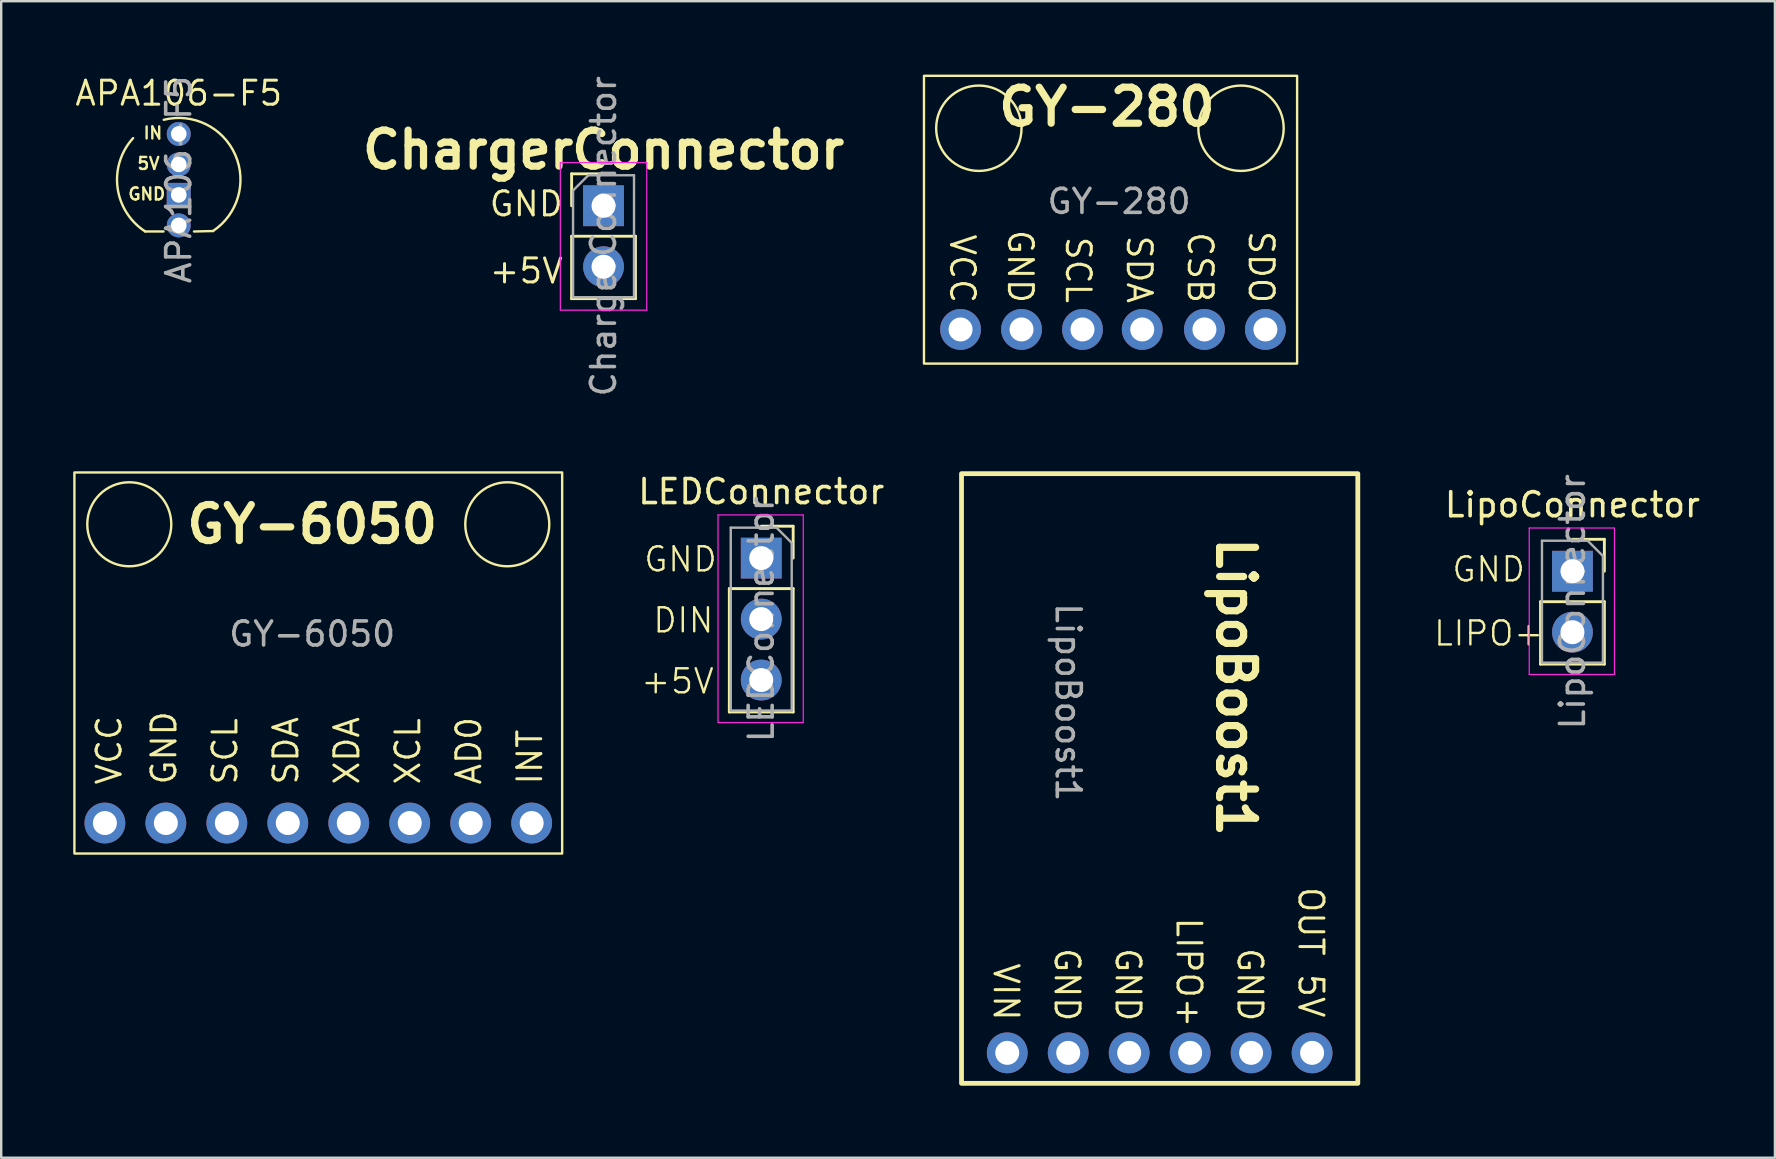
<source format=kicad_pcb>
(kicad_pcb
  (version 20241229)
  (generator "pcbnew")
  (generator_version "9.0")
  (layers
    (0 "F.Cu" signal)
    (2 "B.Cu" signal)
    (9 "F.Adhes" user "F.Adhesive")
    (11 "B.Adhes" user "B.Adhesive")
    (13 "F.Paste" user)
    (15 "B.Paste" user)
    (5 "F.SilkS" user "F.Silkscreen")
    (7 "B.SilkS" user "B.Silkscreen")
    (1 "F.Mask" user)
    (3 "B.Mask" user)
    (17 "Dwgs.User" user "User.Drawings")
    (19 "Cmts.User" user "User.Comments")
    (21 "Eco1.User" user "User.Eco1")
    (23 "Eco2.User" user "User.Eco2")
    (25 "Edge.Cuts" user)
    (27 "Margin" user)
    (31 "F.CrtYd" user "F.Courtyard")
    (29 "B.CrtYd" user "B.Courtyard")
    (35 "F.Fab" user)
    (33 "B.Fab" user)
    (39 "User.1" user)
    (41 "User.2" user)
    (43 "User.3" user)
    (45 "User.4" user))
  (footprint "LEDConnector"
    (layer "F.Cu")
    (at 28.664 20.202)
    (property "Reference" "LEDConnector" (at 0 -2.77 0) (layer "F.SilkS") (effects (font (size 1 1) (thickness 0.15))))
    (attr through_hole)
    (fp_line (start -1.33 1.27) (end -1.33 6.41) (stroke (width 0.12) (type solid)) (layer "F.SilkS"))
    (fp_line (start -1.33 1.27) (end 1.33 1.27) (stroke (width 0.12) (type solid)) (layer "F.SilkS"))
    (fp_line (start -1.33 6.41) (end 1.33 6.41) (stroke (width 0.12) (type solid)) (layer "F.SilkS"))
    (fp_line (start 0 -1.33) (end 1.33 -1.33) (stroke (width 0.12) (type solid)) (layer "F.SilkS"))
    (fp_line (start 1.33 -1.33) (end 1.33 0) (stroke (width 0.12) (type solid)) (layer "F.SilkS"))
    (fp_line (start 1.33 1.27) (end 1.33 6.41) (stroke (width 0.12) (type solid)) (layer "F.SilkS"))
    (fp_line (start -1.8 -1.8) (end 1.75 -1.8) (stroke (width 0.05) (type solid)) (layer "F.CrtYd"))
    (fp_line (start -1.8 6.85) (end -1.8 -1.8) (stroke (width 0.05) (type solid)) (layer "F.CrtYd"))
    (fp_line (start 1.75 -1.8) (end 1.75 6.85) (stroke (width 0.05) (type solid)) (layer "F.CrtYd"))
    (fp_line (start 1.75 6.85) (end -1.8 6.85) (stroke (width 0.05) (type solid)) (layer "F.CrtYd"))
    (fp_line (start -1.27 -1.27) (end 0.635 -1.27) (stroke (width 0.1) (type solid)) (layer "F.Fab"))
    (fp_line (start -1.27 6.35) (end -1.27 -1.27) (stroke (width 0.1) (type solid)) (layer "F.Fab"))
    (fp_line (start 0.635 -1.27) (end 1.27 -0.635) (stroke (width 0.1) (type solid)) (layer "F.Fab"))
    (fp_line (start 1.27 -0.635) (end 1.27 6.35) (stroke (width 0.1) (type solid)) (layer "F.Fab"))
    (fp_line (start 1.27 6.35) (end -1.27 6.35) (stroke (width 0.1) (type solid)) (layer "F.Fab"))
    (fp_text user "GND" (at -4.953 0.635 0) (unlocked yes) (layer "F.SilkS") (effects (font (size 1 1) (thickness 0.1)) (justify left bottom)))
    (fp_text user "+5V" (at -5.08 5.715 0) (unlocked yes) (layer "F.SilkS") (effects (font (size 1 1) (thickness 0.1)) (justify left bottom)))
    (fp_text user "DIN" (at -4.572 3.175 0) (unlocked yes) (layer "F.SilkS") (effects (font (size 1 1) (thickness 0.1)) (justify left bottom)))
    (fp_text user "${REFERENCE}" (at 0 2.54 90) (layer "F.Fab") (effects (font (size 1 1) (thickness 0.15))))
    (pad "1" thru_hole oval (at 0 5.08) (size 1.7 1.7) (drill 1) (layers "*.Cu" "*.Mask"))
    (pad "2" thru_hole oval (at 0 2.54) (size 1.7 1.7) (drill 1) (layers "*.Cu" "*.Mask"))
    (pad "3" thru_hole rect (at 0 0) (size 1.7 1.7) (drill 1) (layers "*.Cu" "*.Mask")))
  (footprint "GY-6050"
    (layer "F.Cu")
    (at 14.02 23.618)
    (property "Reference" "GY-6050" (at -4.064 -4.826 0) (unlocked yes) (layer "F.SilkS") (effects (font (size 1.5 1.5) (thickness 0.3) (bold yes))))
    (attr through_hole)
    (fp_rect (start 6.35 8.89) (end -13.97 -6.985) (stroke (width 0.1) (type default)) (fill no) (layer "F.SilkS"))
    (fp_circle (center -11.684 -4.826) (end -9.934 -4.826) (stroke (width 0.1) (type default)) (fill no) (layer "F.SilkS"))
    (fp_circle (center 4.064 -4.826) (end 5.814 -4.826) (stroke (width 0.1) (type default)) (fill no) (layer "F.SilkS"))
    (fp_text user "INT" (at 5.588 6.096 90) (unlocked yes) (layer "F.SilkS") (effects (font (size 1 1) (thickness 0.125)) (justify left bottom)))
    (fp_text user "AD0" (at 3.048 6.096 90) (unlocked yes) (layer "F.SilkS") (effects (font (size 1 1) (thickness 0.125)) (justify left bottom)))
    (fp_text user "VCC" (at -11.938 6.096 90) (unlocked yes) (layer "F.SilkS") (effects (font (size 1 1) (thickness 0.125)) (justify left bottom)))
    (fp_text user "XDA" (at -2.032 6.096 90) (unlocked yes) (layer "F.SilkS") (effects (font (size 1 1) (thickness 0.125)) (justify left bottom)))
    (fp_text user "SDA" (at -4.572 6.096 90) (unlocked yes) (layer "F.SilkS") (effects (font (size 1 1) (thickness 0.125)) (justify left bottom)))
    (fp_text user "GND" (at -9.652 6.096 90) (unlocked yes) (layer "F.SilkS") (effects (font (size 1 1) (thickness 0.125)) (justify left bottom)))
    (fp_text user "SCL" (at -7.112 6.096 90) (unlocked yes) (layer "F.SilkS") (effects (font (size 1 1) (thickness 0.125)) (justify left bottom)))
    (fp_text user "XCL" (at 0.508 6.096 90) (unlocked yes) (layer "F.SilkS") (effects (font (size 1 1) (thickness 0.125)) (justify left bottom)))
    (fp_text user "${REFERENCE}" (at -4.064 -0.254 0) (unlocked yes) (layer "F.Fab") (effects (font (size 1 1) (thickness 0.15))))
    (pad "1" thru_hole circle (at -12.7 7.62) (size 1.7 1.7) (drill 1) (layers "*.Cu" "*.Mask"))
    (pad "2" thru_hole circle (at -10.16 7.62) (size 1.7 1.7) (drill 1) (layers "*.Cu" "*.Mask"))
    (pad "3" thru_hole circle (at -7.62 7.62) (size 1.7 1.7) (drill 1) (layers "*.Cu" "*.Mask"))
    (pad "4" thru_hole circle (at -5.08 7.62) (size 1.7 1.7) (drill 1) (layers "*.Cu" "*.Mask"))
    (pad "5" thru_hole circle (at -2.54 7.62) (size 1.7 1.7) (drill 1) (layers "*.Cu" "*.Mask"))
    (pad "6" thru_hole circle (at 0 7.62) (size 1.7 1.7) (drill 1) (layers "*.Cu" "*.Mask"))
    (pad "7" thru_hole circle (at 2.54 7.62) (size 1.7 1.7) (drill 1) (layers "*.Cu" "*.Mask"))
    (pad "8" thru_hole circle (at 5.08 7.62) (size 1.7 1.7) (drill 1) (layers "*.Cu" "*.Mask")))
  (footprint "ChargerConnector"
    (layer "F.Cu")
    (at 22.094 5.522)
    (property "Reference" "ChargerConnector" (at 0 -2.33 0) (layer "F.SilkS") (effects (font (size 1.5 1.5) (thickness 0.3) (bold yes))))
    (attr through_hole)
    (fp_line (start -1.33 -1.33) (end 0 -1.33) (stroke (width 0.12) (type solid)) (layer "F.SilkS"))
    (fp_line (start -1.33 0) (end -1.33 -1.33) (stroke (width 0.12) (type solid)) (layer "F.SilkS"))
    (fp_line (start -1.33 1.27) (end -1.33 3.87) (stroke (width 0.12) (type solid)) (layer "F.SilkS"))
    (fp_line (start -1.33 1.27) (end 1.33 1.27) (stroke (width 0.12) (type solid)) (layer "F.SilkS"))
    (fp_line (start -1.33 3.87) (end 1.33 3.87) (stroke (width 0.12) (type solid)) (layer "F.SilkS"))
    (fp_line (start 1.33 1.27) (end 1.33 3.87) (stroke (width 0.12) (type solid)) (layer "F.SilkS"))
    (fp_line (start -1.8 -1.8) (end -1.8 4.35) (stroke (width 0.05) (type solid)) (layer "F.CrtYd"))
    (fp_line (start -1.8 4.35) (end 1.8 4.35) (stroke (width 0.05) (type solid)) (layer "F.CrtYd"))
    (fp_line (start 1.8 -1.8) (end -1.8 -1.8) (stroke (width 0.05) (type solid)) (layer "F.CrtYd"))
    (fp_line (start 1.8 4.35) (end 1.8 -1.8) (stroke (width 0.05) (type solid)) (layer "F.CrtYd"))
    (fp_line (start -1.27 -0.635) (end -0.635 -1.27) (stroke (width 0.1) (type solid)) (layer "F.Fab"))
    (fp_line (start -1.27 3.81) (end -1.27 -0.635) (stroke (width 0.1) (type solid)) (layer "F.Fab"))
    (fp_line (start -0.635 -1.27) (end 1.27 -1.27) (stroke (width 0.1) (type solid)) (layer "F.Fab"))
    (fp_line (start 1.27 -1.27) (end 1.27 3.81) (stroke (width 0.1) (type solid)) (layer "F.Fab"))
    (fp_line (start 1.27 3.81) (end -1.27 3.81) (stroke (width 0.1) (type solid)) (layer "F.Fab"))
    (fp_text user "GND" (at -4.826 0.508 0) (unlocked yes) (layer "F.SilkS") (effects (font (size 1 1) (thickness 0.125)) (justify left bottom)))
    (fp_text user "+5V" (at -4.826 3.302 0) (unlocked yes) (layer "F.SilkS") (effects (font (size 1 1) (thickness 0.125)) (justify left bottom)))
    (fp_text user "${REFERENCE}" (at 0 1.27 90) (layer "F.Fab") (effects (font (size 1 1) (thickness 0.15))))
    (pad "1" thru_hole oval (at 0 2.54) (size 1.7 1.7) (drill 1) (layers "*.Cu" "*.Mask"))
    (pad "2" thru_hole rect (at 0 0) (size 1.7 1.7) (drill 1) (layers "*.Cu" "*.Mask")))
  (footprint "LipoConnector"
    (layer "F.Cu")
    (at 62.46 20.748)
    (property "Reference" "LipoConnector" (at 0 -2.77 0) (layer "F.SilkS") (effects (font (size 1 1) (thickness 0.15))))
    (attr through_hole)
    (fp_line (start -1.33 1.27) (end -1.33 3.87) (stroke (width 0.12) (type solid)) (layer "F.SilkS"))
    (fp_line (start -1.33 1.27) (end 1.33 1.27) (stroke (width 0.12) (type solid)) (layer "F.SilkS"))
    (fp_line (start -1.33 3.87) (end 1.33 3.87) (stroke (width 0.12) (type solid)) (layer "F.SilkS"))
    (fp_line (start 0 -1.33) (end 1.33 -1.33) (stroke (width 0.12) (type solid)) (layer "F.SilkS"))
    (fp_line (start 1.33 -1.33) (end 1.33 0) (stroke (width 0.12) (type solid)) (layer "F.SilkS"))
    (fp_line (start 1.33 1.27) (end 1.33 3.87) (stroke (width 0.12) (type solid)) (layer "F.SilkS"))
    (fp_line (start -1.8 -1.8) (end 1.75 -1.8) (stroke (width 0.05) (type solid)) (layer "F.CrtYd"))
    (fp_line (start -1.8 4.3) (end -1.8 -1.8) (stroke (width 0.05) (type solid)) (layer "F.CrtYd"))
    (fp_line (start 1.75 -1.8) (end 1.75 4.3) (stroke (width 0.05) (type solid)) (layer "F.CrtYd"))
    (fp_line (start 1.75 4.3) (end -1.8 4.3) (stroke (width 0.05) (type solid)) (layer "F.CrtYd"))
    (fp_line (start -1.27 -1.27) (end 0.635 -1.27) (stroke (width 0.1) (type solid)) (layer "F.Fab"))
    (fp_line (start -1.27 3.81) (end -1.27 -1.27) (stroke (width 0.1) (type solid)) (layer "F.Fab"))
    (fp_line (start 0.635 -1.27) (end 1.27 -0.635) (stroke (width 0.1) (type solid)) (layer "F.Fab"))
    (fp_line (start 1.27 -0.635) (end 1.27 3.81) (stroke (width 0.1) (type solid)) (layer "F.Fab"))
    (fp_line (start 1.27 3.81) (end -1.27 3.81) (stroke (width 0.1) (type solid)) (layer "F.Fab"))
    (fp_text user "GND" (at -5.08 0.508 0) (unlocked yes) (layer "F.SilkS") (effects (font (size 1 1) (thickness 0.1)) (justify left bottom)))
    (fp_text user "LIPO+" (at -5.842 3.175 0) (unlocked yes) (layer "F.SilkS") (effects (font (size 1 1) (thickness 0.1)) (justify left bottom)))
    (fp_text user "${REFERENCE}" (at 0 1.27 90) (layer "F.Fab") (effects (font (size 1 1) (thickness 0.15))))
    (pad "1" thru_hole rect (at 0 0) (size 1.7 1.7) (drill 1) (layers "*.Cu" "*.Mask"))
    (pad "2" thru_hole oval (at 0 2.54) (size 1.7 1.7) (drill 1) (layers "*.Cu" "*.Mask")))
  (footprint "APA106-F5"
    (layer "F.Cu")
    (at 4.397 2.53)
    (property "Reference" "APA106-F5" (at 0 -1.695 0) (layer "F.SilkS") (effects (font (size 1 1) (thickness 0.125))))
    (attr through_hole)
    (fp_line (start -1.397 4.064) (end -0.635 4.064) (stroke (width 0.1) (type default)) (layer "F.SilkS"))
    (fp_line (start 1.426 4.045) (end 0.635 4.064) (stroke (width 0.1) (type default)) (layer "F.SilkS"))
    (fp_arc (start -1.397 4.064) (mid -2.550075 2.236674) (end -1.902796 0.175186) (stroke (width 0.1) (type default)) (layer "F.SilkS"))
    (fp_arc (start -0.623693 -0.589774) (mid 2.351723 0.864669) (end 1.426442 4.044662) (stroke (width 0.1) (type default)) (layer "F.SilkS"))
    (fp_text user "IN" (at -1.524 0.254 0) (unlocked yes) (layer "F.SilkS") (effects (font (size 0.5 0.5) (thickness 0.1)) (justify left bottom)))
    (fp_text user "5V" (at -1.778 1.524 0) (unlocked yes) (layer "F.SilkS") (effects (font (size 0.5 0.5) (thickness 0.1)) (justify left bottom)))
    (fp_text user "GND" (at -2.159 2.794 0) (unlocked yes) (layer "F.SilkS") (effects (font (size 0.5 0.5) (thickness 0.1)) (justify left bottom)))
    (fp_text user "${REFERENCE}" (at 0 1.905 90) (layer "F.Fab") (effects (font (size 1 1) (thickness 0.15))))
    (pad "1" thru_hole oval (at 0 0) (size 1 1) (drill 0.65) (layers "*.Cu" "*.Mask"))
    (pad "2" thru_hole oval (at 0 1.27) (size 1 1) (drill 0.65) (layers "*.Cu" "*.Mask"))
    (pad "3" thru_hole rect (at 0 2.54) (size 1 1) (drill 0.65) (layers "*.Cu" "*.Mask"))
    (pad "4" thru_hole oval (at 0 3.81) (size 1 1) (drill 0.65) (layers "*.Cu" "*.Mask")))
  (footprint "GY-280"
    (layer "F.Cu")
    (at 44.588 3.055)
    (property "Reference" "GY-280" (at -1.524 -1.651 0) (unlocked yes) (layer "F.SilkS") (effects (font (size 1.5 1.5) (thickness 0.3) (bold yes))))
    (attr through_hole)
    (fp_rect (start 6.401 9.042) (end -9.144 -2.946) (stroke (width 0.1) (type default)) (fill no) (layer "F.SilkS"))
    (fp_circle (center -6.858 -0.762) (end -5.08 -0.762) (stroke (width 0.1) (type default)) (fill no) (layer "F.SilkS"))
    (fp_circle (center 4.064 -0.762) (end 5.842 -0.762) (stroke (width 0.1) (type default)) (fill no) (layer "F.SilkS"))
    (fp_text user "SDO" (at 4.318 6.604 270) (unlocked yes) (layer "F.SilkS") (effects (font (size 1 1) (thickness 0.125)) (justify right bottom)))
    (fp_text user "SDA" (at -0.762 6.604 270) (unlocked yes) (layer "F.SilkS") (effects (font (size 1 1) (thickness 0.125)) (justify right bottom)))
    (fp_text user "SCL" (at -3.302 6.604 270) (unlocked yes) (layer "F.SilkS") (effects (font (size 1 1) (thickness 0.125)) (justify right bottom)))
    (fp_text user "VCC" (at -8.128 6.604 270) (unlocked yes) (layer "F.SilkS") (effects (font (size 1 1) (thickness 0.125)) (justify right bottom)))
    (fp_text user "CSB" (at 1.778 6.604 270) (unlocked yes) (layer "F.SilkS") (effects (font (size 1 1) (thickness 0.125)) (justify right bottom)))
    (fp_text user "GND" (at -5.715 6.604 270) (unlocked yes) (layer "F.SilkS") (effects (font (size 1 1) (thickness 0.125)) (justify right bottom)))
    (fp_text user "${REFERENCE}" (at -1.016 2.286 0) (unlocked yes) (layer "F.Fab") (effects (font (size 1 1) (thickness 0.15))))
    (pad "1" thru_hole circle (at -7.62 7.62) (size 1.7 1.7) (drill 1) (layers "*.Cu" "*.Mask"))
    (pad "2" thru_hole circle (at -5.08 7.62) (size 1.7 1.7) (drill 1) (layers "*.Cu" "*.Mask"))
    (pad "3" thru_hole circle (at -2.54 7.62) (size 1.7 1.7) (drill 1) (layers "*.Cu" "*.Mask"))
    (pad "4" thru_hole circle (at -0.051 7.62) (size 1.7 1.7) (drill 1) (layers "*.Cu" "*.Mask"))
    (pad "5" thru_hole circle (at 2.54 7.62) (size 1.7 1.7) (drill 1) (layers "*.Cu" "*.Mask"))
    (pad "6" thru_hole circle (at 5.08 7.62) (size 1.7 1.7) (drill 1) (layers "*.Cu" "*.Mask")))
  (footprint "LipoBoost1"
    (layer "F.Cu")
    (at 46.533 35.733)
    (property "Reference" "LipoBoost1" (at 1.905 -10.16 270) (unlocked yes) (layer "F.SilkS") (effects (font (size 1.5 1.5) (thickness 0.3) (bold yes))))
    (attr through_hole)
    (fp_rect (start -9.525 -19.05) (end 6.985 6.35) (stroke (width 0.2) (type default)) (fill no) (layer "F.SilkS"))
    (fp_text user "VIN" (at -8.255 1.27 270) (unlocked yes) (layer "F.SilkS") (effects (font (size 1 1) (thickness 0.125)) (justify left bottom)))
    (fp_text user "OUT 5V" (at 4.445 -1.905 270) (unlocked yes) (layer "F.SilkS") (effects (font (size 1 1) (thickness 0.125)) (justify left bottom)))
    (fp_text user "GND" (at -3.175 0.635 270) (unlocked yes) (layer "F.SilkS") (effects (font (size 1 1) (thickness 0.125)) (justify left bottom)))
    (fp_text user "GND" (at -5.715 0.635 270) (unlocked yes) (layer "F.SilkS") (effects (font (size 1 1) (thickness 0.125)) (justify left bottom)))
    (fp_text user "GND" (at 1.905 0.635 270) (unlocked yes) (layer "F.SilkS") (effects (font (size 1 1) (thickness 0.125)) (justify left bottom)))
    (fp_text user "LIPO+" (at -0.635 -0.635 270) (unlocked yes) (layer "F.SilkS") (effects (font (size 1 1) (thickness 0.125)) (justify left bottom)))
    (fp_text user "${REFERENCE}" (at -5.08 -9.525 270) (unlocked yes) (layer "F.Fab") (effects (font (size 1 1) (thickness 0.15))))
    (pad "1" thru_hole circle (at -7.62 5.08) (size 1.7 1.7) (drill 1) (layers "*.Cu" "*.Mask"))
    (pad "2" thru_hole circle (at -5.08 5.08) (size 1.7 1.7) (drill 1) (layers "*.Cu" "*.Mask"))
    (pad "3" thru_hole circle (at -2.54 5.08) (size 1.7 1.7) (drill 1) (layers "*.Cu" "*.Mask"))
    (pad "4" thru_hole circle (at 0 5.08) (size 1.7 1.7) (drill 1) (layers "*.Cu" "*.Mask"))
    (pad "5" thru_hole circle (at 2.54 5.08) (size 1.7 1.7) (drill 1) (layers "*.Cu" "*.Mask"))
    (pad "6" thru_hole circle (at 5.08 5.08) (size 1.7 1.7) (drill 1) (layers "*.Cu" "*.Mask")))
  (gr_rect
    (start -3 -3)
    (end 70.895 45.183)
    (stroke (width 0.1) (type default))
    (fill no)
    (layer "Edge.Cuts")))
</source>
